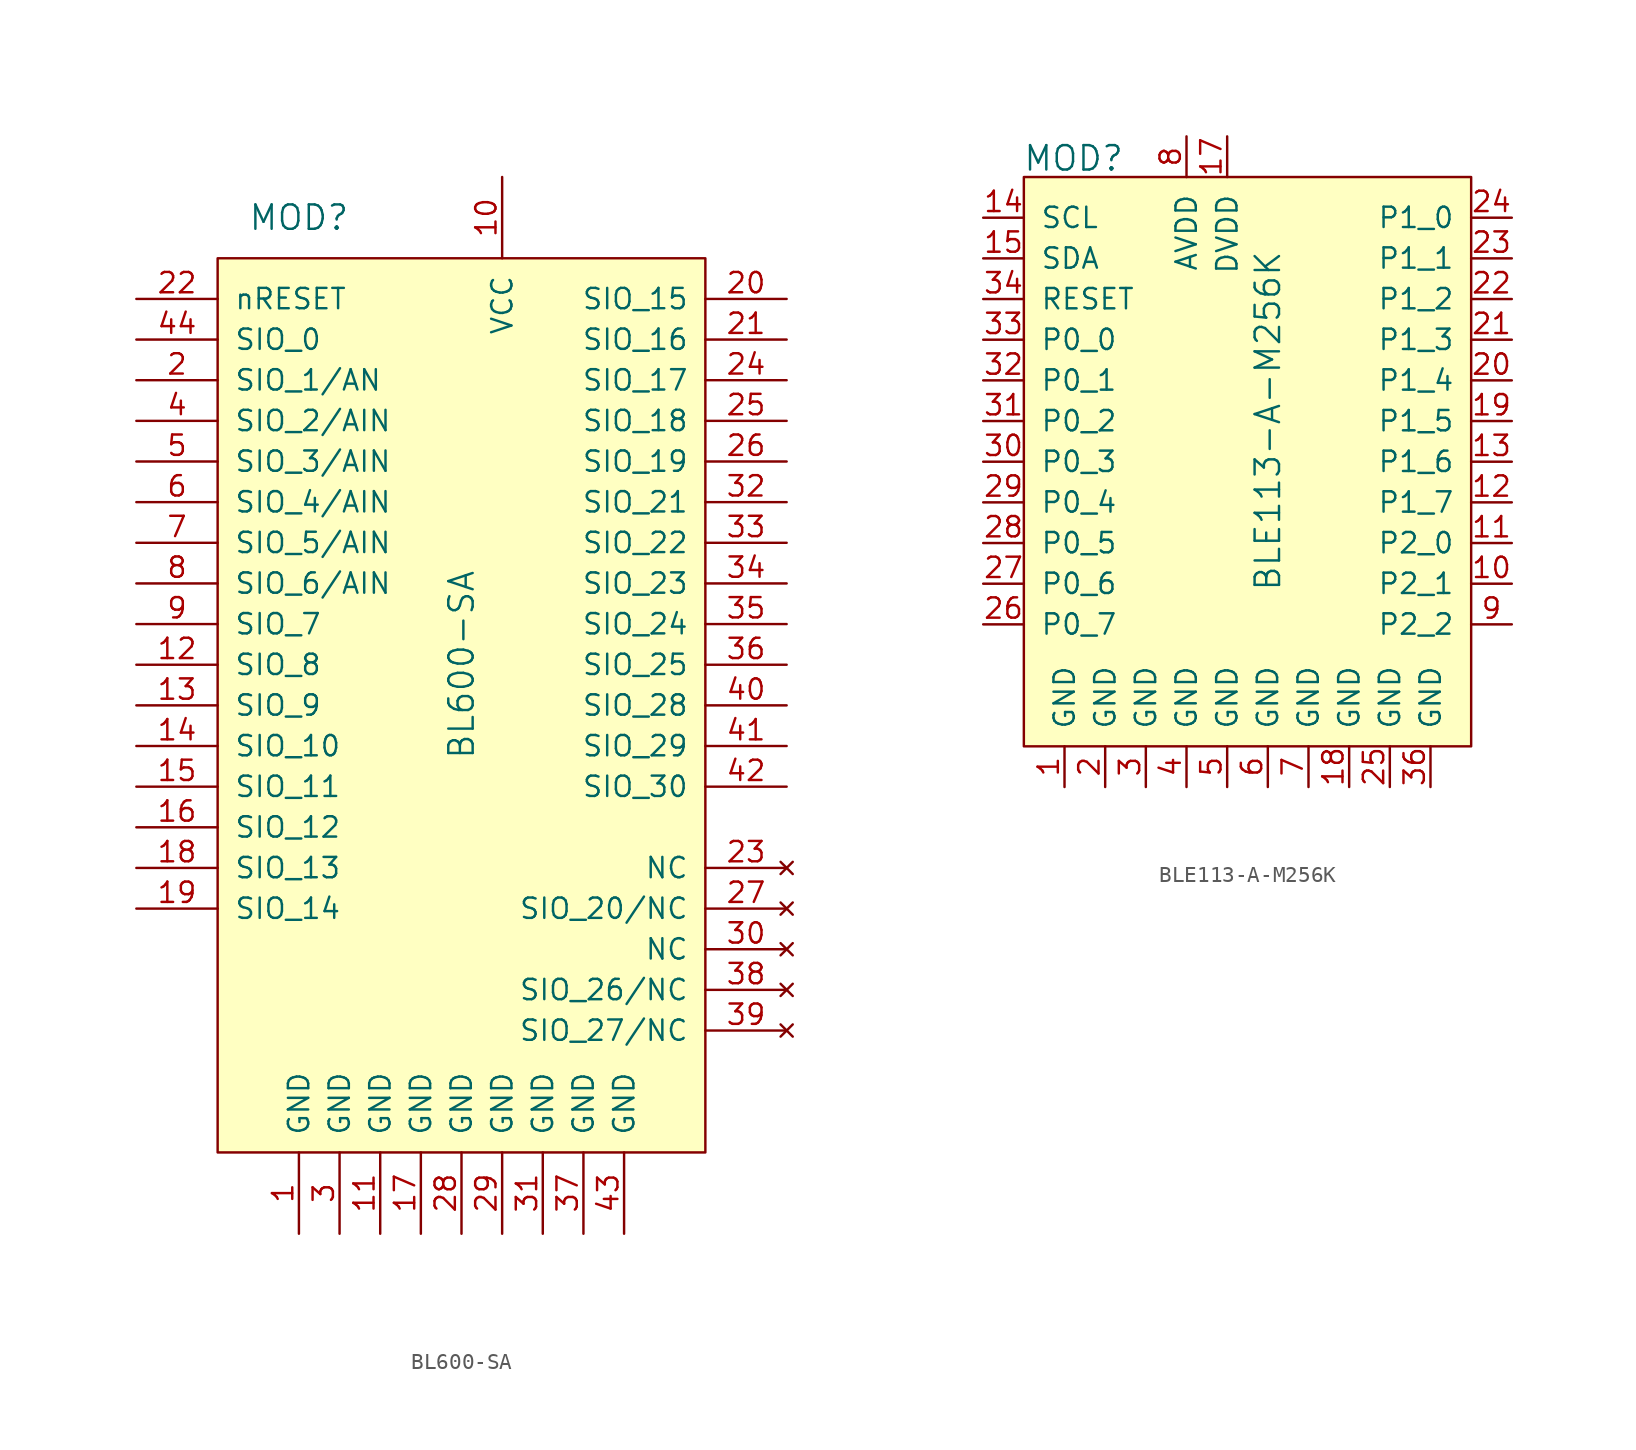
<source format=kicad_sym>
(kicad_symbol_lib
  (version 20231120)
  (generator "kicad_symbol_editor")
  (generator_version "8.0")
  (symbol "BL600-SA"
    (pin_names
      (offset 1.016))
    (property "Reference" "MOD"
      (at -7.62 27.94 0)
      (effects (font (size 1.524 1.524))))
    (property "Value" "BL600-SA"
      (at 2.54 0 90)
      (effects (font (size 1.524 1.524))))
    (symbol "BL600-SA_0_1"
      (rectangle (start -12.7 25.4) (end 17.78 -30.48) (stroke (width 0) (type default)) (fill (type background))))
    (symbol "BL600-SA_1_1"
      (pin power_in line (at -7.62 -35.56 90) (length 5.08) (name "GND" (effects (font (size 1.27 1.27)))) (number "1" (effects (font (size 1.27 1.27)))))
      (pin power_in line (at 5.08 30.48 270) (length 5.08) (name "VCC" (effects (font (size 1.27 1.27)))) (number "10" (effects (font (size 1.27 1.27)))))
      (pin power_in line (at -2.54 -35.56 90) (length 5.08) (name "GND" (effects (font (size 1.27 1.27)))) (number "11" (effects (font (size 1.27 1.27)))))
      (pin bidirectional line (at -17.78 0 0) (length 5.08) (name "SIO_8" (effects (font (size 1.27 1.27)))) (number "12" (effects (font (size 1.27 1.27)))))
      (pin bidirectional line (at -17.78 -2.54 0) (length 5.08) (name "SIO_9" (effects (font (size 1.27 1.27)))) (number "13" (effects (font (size 1.27 1.27)))))
      (pin bidirectional line (at -17.78 -5.08 0) (length 5.08) (name "SIO_10" (effects (font (size 1.27 1.27)))) (number "14" (effects (font (size 1.27 1.27)))))
      (pin bidirectional line (at -17.78 -7.62 0) (length 5.08) (name "SIO_11" (effects (font (size 1.27 1.27)))) (number "15" (effects (font (size 1.27 1.27)))))
      (pin bidirectional line (at -17.78 -10.16 0) (length 5.08) (name "SIO_12" (effects (font (size 1.27 1.27)))) (number "16" (effects (font (size 1.27 1.27)))))
      (pin bidirectional line (at 0 -35.56 90) (length 5.08) (name "GND" (effects (font (size 1.27 1.27)))) (number "17" (effects (font (size 1.27 1.27)))))
      (pin bidirectional line (at -17.78 -12.7 0) (length 5.08) (name "SIO_13" (effects (font (size 1.27 1.27)))) (number "18" (effects (font (size 1.27 1.27)))))
      (pin bidirectional line (at -17.78 -15.24 0) (length 5.08) (name "SIO_14" (effects (font (size 1.27 1.27)))) (number "19" (effects (font (size 1.27 1.27)))))
      (pin bidirectional line (at -17.78 17.78 0) (length 5.08) (name "SIO_1/AN" (effects (font (size 1.27 1.27)))) (number "2" (effects (font (size 1.27 1.27)))))
      (pin bidirectional line (at 22.86 22.86 180) (length 5.08) (name "SIO_15" (effects (font (size 1.27 1.27)))) (number "20" (effects (font (size 1.27 1.27)))))
      (pin bidirectional line (at 22.86 20.32 180) (length 5.08) (name "SIO_16" (effects (font (size 1.27 1.27)))) (number "21" (effects (font (size 1.27 1.27)))))
      (pin input line (at -17.78 22.86 0) (length 5.08) (name "nRESET" (effects (font (size 1.27 1.27)))) (number "22" (effects (font (size 1.27 1.27)))))
      (pin no_connect line (at 22.86 -12.7 180) (length 5.08) (name "NC" (effects (font (size 1.27 1.27)))) (number "23" (effects (font (size 1.27 1.27)))))
      (pin bidirectional line (at 22.86 17.78 180) (length 5.08) (name "SIO_17" (effects (font (size 1.27 1.27)))) (number "24" (effects (font (size 1.27 1.27)))))
      (pin bidirectional line (at 22.86 15.24 180) (length 5.08) (name "SIO_18" (effects (font (size 1.27 1.27)))) (number "25" (effects (font (size 1.27 1.27)))))
      (pin bidirectional line (at 22.86 12.7 180) (length 5.08) (name "SIO_19" (effects (font (size 1.27 1.27)))) (number "26" (effects (font (size 1.27 1.27)))))
      (pin no_connect line (at 22.86 -15.24 180) (length 5.08) (name "SIO_20/NC" (effects (font (size 1.27 1.27)))) (number "27" (effects (font (size 1.27 1.27)))))
      (pin power_in line (at 2.54 -35.56 90) (length 5.08) (name "GND" (effects (font (size 1.27 1.27)))) (number "28" (effects (font (size 1.27 1.27)))))
      (pin power_in line (at 5.08 -35.56 90) (length 5.08) (name "GND" (effects (font (size 1.27 1.27)))) (number "29" (effects (font (size 1.27 1.27)))))
      (pin power_in line (at -5.08 -35.56 90) (length 5.08) (name "GND" (effects (font (size 1.27 1.27)))) (number "3" (effects (font (size 1.27 1.27)))))
      (pin no_connect line (at 22.86 -17.78 180) (length 5.08) (name "NC" (effects (font (size 1.27 1.27)))) (number "30" (effects (font (size 1.27 1.27)))))
      (pin power_in line (at 7.62 -35.56 90) (length 5.08) (name "GND" (effects (font (size 1.27 1.27)))) (number "31" (effects (font (size 1.27 1.27)))))
      (pin bidirectional line (at 22.86 10.16 180) (length 5.08) (name "SIO_21" (effects (font (size 1.27 1.27)))) (number "32" (effects (font (size 1.27 1.27)))))
      (pin bidirectional line (at 22.86 7.62 180) (length 5.08) (name "SIO_22" (effects (font (size 1.27 1.27)))) (number "33" (effects (font (size 1.27 1.27)))))
      (pin bidirectional line (at 22.86 5.08 180) (length 5.08) (name "SIO_23" (effects (font (size 1.27 1.27)))) (number "34" (effects (font (size 1.27 1.27)))))
      (pin bidirectional line (at 22.86 2.54 180) (length 5.08) (name "SIO_24" (effects (font (size 1.27 1.27)))) (number "35" (effects (font (size 1.27 1.27)))))
      (pin bidirectional line (at 22.86 0 180) (length 5.08) (name "SIO_25" (effects (font (size 1.27 1.27)))) (number "36" (effects (font (size 1.27 1.27)))))
      (pin power_in line (at 10.16 -35.56 90) (length 5.08) (name "GND" (effects (font (size 1.27 1.27)))) (number "37" (effects (font (size 1.27 1.27)))))
      (pin no_connect line (at 22.86 -20.32 180) (length 5.08) (name "SIO_26/NC" (effects (font (size 1.27 1.27)))) (number "38" (effects (font (size 1.27 1.27)))))
      (pin no_connect line (at 22.86 -22.86 180) (length 5.08) (name "SIO_27/NC" (effects (font (size 1.27 1.27)))) (number "39" (effects (font (size 1.27 1.27)))))
      (pin bidirectional line (at -17.78 15.24 0) (length 5.08) (name "SIO_2/AIN" (effects (font (size 1.27 1.27)))) (number "4" (effects (font (size 1.27 1.27)))))
      (pin bidirectional line (at 22.86 -2.54 180) (length 5.08) (name "SIO_28" (effects (font (size 1.27 1.27)))) (number "40" (effects (font (size 1.27 1.27)))))
      (pin bidirectional line (at 22.86 -5.08 180) (length 5.08) (name "SIO_29" (effects (font (size 1.27 1.27)))) (number "41" (effects (font (size 1.27 1.27)))))
      (pin bidirectional line (at 22.86 -7.62 180) (length 5.08) (name "SIO_30" (effects (font (size 1.27 1.27)))) (number "42" (effects (font (size 1.27 1.27)))))
      (pin power_in line (at 12.7 -35.56 90) (length 5.08) (name "GND" (effects (font (size 1.27 1.27)))) (number "43" (effects (font (size 1.27 1.27)))))
      (pin bidirectional line (at -17.78 20.32 0) (length 5.08) (name "SIO_0" (effects (font (size 1.27 1.27)))) (number "44" (effects (font (size 1.27 1.27)))))
      (pin bidirectional line (at -17.78 12.7 0) (length 5.08) (name "SIO_3/AIN" (effects (font (size 1.27 1.27)))) (number "5" (effects (font (size 1.27 1.27)))))
      (pin bidirectional line (at -17.78 10.16 0) (length 5.08) (name "SIO_4/AIN" (effects (font (size 1.27 1.27)))) (number "6" (effects (font (size 1.27 1.27)))))
      (pin bidirectional line (at -17.78 7.62 0) (length 5.08) (name "SIO_5/AIN" (effects (font (size 1.27 1.27)))) (number "7" (effects (font (size 1.27 1.27)))))
      (pin bidirectional line (at -17.78 5.08 0) (length 5.08) (name "SIO_6/AIN" (effects (font (size 1.27 1.27)))) (number "8" (effects (font (size 1.27 1.27)))))
      (pin bidirectional line (at -17.78 2.54 0) (length 5.08) (name "SIO_7" (effects (font (size 1.27 1.27)))) (number "9" (effects (font (size 1.27 1.27)))))))
  (symbol "BLE113-A-M256K"
    (pin_names
      (offset 1.016))
    (property "Reference" "MOD"
      (at -22.936 16.408 0)
      (effects (font (size 1.524 1.524)) (justify left)))
    (property "Value" "BLE113-A-M256K"
      (at -7.62 0 90)
      (effects (font (size 1.524 1.524))))
    (symbol "BLE113-A-M256K_0_1"
      (rectangle (start -22.86 15.24) (end 5.08 -20.32) (stroke (width 0) (type default)) (fill (type background))))
    (symbol "BLE113-A-M256K_1_1"
      (pin power_in line (at -20.32 -22.86 90) (length 2.54) (name "GND" (effects (font (size 1.27 1.27)))) (number "1" (effects (font (size 1.27 1.27)))))
      (pin bidirectional line (at 7.62 -10.16 180) (length 2.54) (name "P2_1" (effects (font (size 1.27 1.27)))) (number "10" (effects (font (size 1.27 1.27)))))
      (pin bidirectional line (at 7.62 -7.62 180) (length 2.54) (name "P2_0" (effects (font (size 1.27 1.27)))) (number "11" (effects (font (size 1.27 1.27)))))
      (pin bidirectional line (at 7.62 -5.08 180) (length 2.54) (name "P1_7" (effects (font (size 1.27 1.27)))) (number "12" (effects (font (size 1.27 1.27)))))
      (pin bidirectional line (at 7.62 -2.54 180) (length 2.54) (name "P1_6" (effects (font (size 1.27 1.27)))) (number "13" (effects (font (size 1.27 1.27)))))
      (pin bidirectional line (at -25.4 12.7 0) (length 2.54) (name "SCL" (effects (font (size 1.27 1.27)))) (number "14" (effects (font (size 1.27 1.27)))))
      (pin bidirectional line (at -25.4 10.16 0) (length 2.54) (name "SDA" (effects (font (size 1.27 1.27)))) (number "15" (effects (font (size 1.27 1.27)))))
      (pin no_connect line (at -22.86 -15.24 0) (length 2.54) hide (name "NC" (effects (font (size 1.27 1.27)))) (number "16" (effects (font (size 1.27 1.27)))))
      (pin power_in line (at -10.16 17.78 270) (length 2.54) (name "DVDD" (effects (font (size 1.27 1.27)))) (number "17" (effects (font (size 1.27 1.27)))))
      (pin power_in line (at -2.54 -22.86 90) (length 2.54) (name "GND" (effects (font (size 1.27 1.27)))) (number "18" (effects (font (size 1.27 1.27)))))
      (pin power_in line (at 7.62 0 180) (length 2.54) (name "P1_5" (effects (font (size 1.27 1.27)))) (number "19" (effects (font (size 1.27 1.27)))))
      (pin power_in line (at -17.78 -22.86 90) (length 2.54) (name "GND" (effects (font (size 1.27 1.27)))) (number "2" (effects (font (size 1.27 1.27)))))
      (pin power_in line (at 7.62 2.54 180) (length 2.54) (name "P1_4" (effects (font (size 1.27 1.27)))) (number "20" (effects (font (size 1.27 1.27)))))
      (pin power_in line (at 7.62 5.08 180) (length 2.54) (name "P1_3" (effects (font (size 1.27 1.27)))) (number "21" (effects (font (size 1.27 1.27)))))
      (pin power_in line (at 7.62 7.62 180) (length 2.54) (name "P1_2" (effects (font (size 1.27 1.27)))) (number "22" (effects (font (size 1.27 1.27)))))
      (pin power_in line (at 7.62 10.16 180) (length 2.54) (name "P1_1" (effects (font (size 1.27 1.27)))) (number "23" (effects (font (size 1.27 1.27)))))
      (pin power_in line (at 7.62 12.7 180) (length 2.54) (name "P1_0" (effects (font (size 1.27 1.27)))) (number "24" (effects (font (size 1.27 1.27)))))
      (pin power_in line (at 0 -22.86 90) (length 2.54) (name "GND" (effects (font (size 1.27 1.27)))) (number "25" (effects (font (size 1.27 1.27)))))
      (pin bidirectional line (at -25.4 -12.7 0) (length 2.54) (name "P0_7" (effects (font (size 1.27 1.27)))) (number "26" (effects (font (size 1.27 1.27)))))
      (pin bidirectional line (at -25.4 -10.16 0) (length 2.54) (name "P0_6" (effects (font (size 1.27 1.27)))) (number "27" (effects (font (size 1.27 1.27)))))
      (pin bidirectional line (at -25.4 -7.62 0) (length 2.54) (name "P0_5" (effects (font (size 1.27 1.27)))) (number "28" (effects (font (size 1.27 1.27)))))
      (pin bidirectional line (at -25.4 -5.08 0) (length 2.54) (name "P0_4" (effects (font (size 1.27 1.27)))) (number "29" (effects (font (size 1.27 1.27)))))
      (pin power_in line (at -15.24 -22.86 90) (length 2.54) (name "GND" (effects (font (size 1.27 1.27)))) (number "3" (effects (font (size 1.27 1.27)))))
      (pin bidirectional line (at -25.4 -2.54 0) (length 2.54) (name "P0_3" (effects (font (size 1.27 1.27)))) (number "30" (effects (font (size 1.27 1.27)))))
      (pin bidirectional line (at -25.4 0 0) (length 2.54) (name "P0_2" (effects (font (size 1.27 1.27)))) (number "31" (effects (font (size 1.27 1.27)))))
      (pin bidirectional line (at -25.4 2.54 0) (length 2.54) (name "P0_1" (effects (font (size 1.27 1.27)))) (number "32" (effects (font (size 1.27 1.27)))))
      (pin bidirectional line (at -25.4 5.08 0) (length 2.54) (name "P0_0" (effects (font (size 1.27 1.27)))) (number "33" (effects (font (size 1.27 1.27)))))
      (pin input line (at -25.4 7.62 0) (length 2.54) (name "RESET" (effects (font (size 1.27 1.27)))) (number "34" (effects (font (size 1.27 1.27)))))
      (pin no_connect line (at -22.86 -17.78 0) (length 2.54) hide (name "NC" (effects (font (size 1.27 1.27)))) (number "35" (effects (font (size 1.27 1.27)))))
      (pin power_in line (at 2.54 -22.86 90) (length 2.54) (name "GND" (effects (font (size 1.27 1.27)))) (number "36" (effects (font (size 1.27 1.27)))))
      (pin power_in line (at -12.7 -22.86 90) (length 2.54) (name "GND" (effects (font (size 1.27 1.27)))) (number "4" (effects (font (size 1.27 1.27)))))
      (pin power_in line (at -10.16 -22.86 90) (length 2.54) (name "GND" (effects (font (size 1.27 1.27)))) (number "5" (effects (font (size 1.27 1.27)))))
      (pin power_in line (at -7.62 -22.86 90) (length 2.54) (name "GND" (effects (font (size 1.27 1.27)))) (number "6" (effects (font (size 1.27 1.27)))))
      (pin power_in line (at -5.08 -22.86 90) (length 2.54) (name "GND" (effects (font (size 1.27 1.27)))) (number "7" (effects (font (size 1.27 1.27)))))
      (pin power_in line (at -12.7 17.78 270) (length 2.54) (name "AVDD" (effects (font (size 1.27 1.27)))) (number "8" (effects (font (size 1.27 1.27)))))
      (pin bidirectional line (at 7.62 -12.7 180) (length 2.54) (name "P2_2" (effects (font (size 1.27 1.27)))) (number "9" (effects (font (size 1.27 1.27))))))))
</source>
